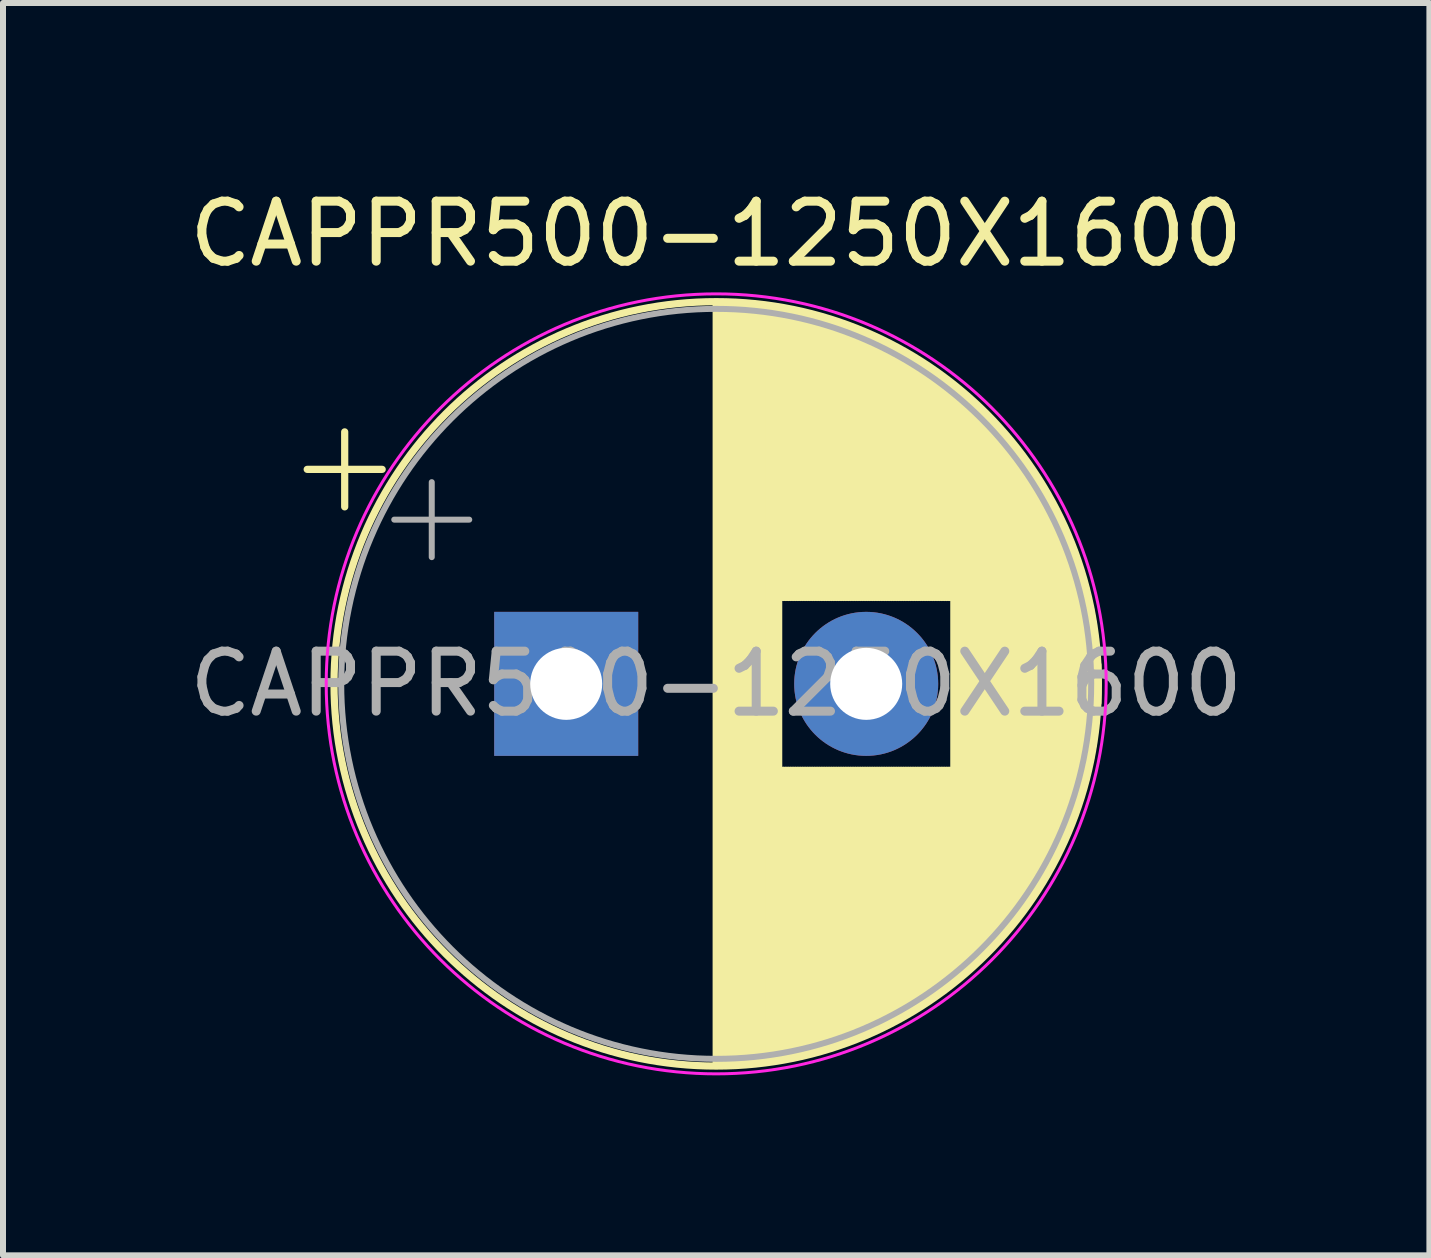
<source format=kicad_pcb>
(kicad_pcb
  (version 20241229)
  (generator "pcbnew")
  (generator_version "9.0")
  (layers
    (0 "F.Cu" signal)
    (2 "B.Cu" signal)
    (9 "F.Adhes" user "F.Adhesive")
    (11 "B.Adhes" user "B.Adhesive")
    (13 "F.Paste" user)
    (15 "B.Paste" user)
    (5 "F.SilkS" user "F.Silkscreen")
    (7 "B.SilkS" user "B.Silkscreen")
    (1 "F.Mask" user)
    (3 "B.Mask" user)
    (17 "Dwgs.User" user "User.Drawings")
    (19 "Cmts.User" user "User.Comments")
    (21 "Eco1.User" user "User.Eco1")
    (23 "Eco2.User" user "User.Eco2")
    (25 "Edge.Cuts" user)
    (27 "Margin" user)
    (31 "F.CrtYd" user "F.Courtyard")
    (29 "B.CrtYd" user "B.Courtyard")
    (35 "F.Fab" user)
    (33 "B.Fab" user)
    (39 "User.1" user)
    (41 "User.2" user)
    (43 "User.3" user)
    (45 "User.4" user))
  (footprint "CAPPR500-1250X1600"
    (layer "F.Cu")
    (at 6.387 8.348)
    (property "Reference" "CAPPR500-1250X1600" (at 2.5 -7.5 0) (layer "F.SilkS") (effects (font (size 1 1) (thickness 0.15))))
    (attr through_hole)
    (fp_line (start -4.317 -3.575) (end -3.067 -3.575) (stroke (width 0.12) (type solid)) (layer "F.SilkS"))
    (fp_line (start -3.692 -4.2) (end -3.692 -2.95) (stroke (width 0.12) (type solid)) (layer "F.SilkS"))
    (fp_line (start 2.5 -6.33) (end 2.5 6.33) (stroke (width 0.12) (type solid)) (layer "F.SilkS"))
    (fp_line (start 2.54 -6.33) (end 2.54 6.33) (stroke (width 0.12) (type solid)) (layer "F.SilkS"))
    (fp_line (start 2.58 -6.33) (end 2.58 6.33) (stroke (width 0.12) (type solid)) (layer "F.SilkS"))
    (fp_line (start 2.62 -6.329) (end 2.62 6.329) (stroke (width 0.12) (type solid)) (layer "F.SilkS"))
    (fp_line (start 2.66 -6.328) (end 2.66 6.328) (stroke (width 0.12) (type solid)) (layer "F.SilkS"))
    (fp_line (start 2.7 -6.327) (end 2.7 6.327) (stroke (width 0.12) (type solid)) (layer "F.SilkS"))
    (fp_line (start 2.74 -6.326) (end 2.74 6.326) (stroke (width 0.12) (type solid)) (layer "F.SilkS"))
    (fp_line (start 2.78 -6.324) (end 2.78 6.324) (stroke (width 0.12) (type solid)) (layer "F.SilkS"))
    (fp_line (start 2.82 -6.322) (end 2.82 6.322) (stroke (width 0.12) (type solid)) (layer "F.SilkS"))
    (fp_line (start 2.86 -6.32) (end 2.86 6.32) (stroke (width 0.12) (type solid)) (layer "F.SilkS"))
    (fp_line (start 2.9 -6.318) (end 2.9 6.318) (stroke (width 0.12) (type solid)) (layer "F.SilkS"))
    (fp_line (start 2.94 -6.315) (end 2.94 6.315) (stroke (width 0.12) (type solid)) (layer "F.SilkS"))
    (fp_line (start 2.98 -6.312) (end 2.98 6.312) (stroke (width 0.12) (type solid)) (layer "F.SilkS"))
    (fp_line (start 3.02 -6.309) (end 3.02 6.309) (stroke (width 0.12) (type solid)) (layer "F.SilkS"))
    (fp_line (start 3.06 -6.306) (end 3.06 6.306) (stroke (width 0.12) (type solid)) (layer "F.SilkS"))
    (fp_line (start 3.1 -6.302) (end 3.1 6.302) (stroke (width 0.12) (type solid)) (layer "F.SilkS"))
    (fp_line (start 3.14 -6.298) (end 3.14 6.298) (stroke (width 0.12) (type solid)) (layer "F.SilkS"))
    (fp_line (start 3.18 -6.294) (end 3.18 6.294) (stroke (width 0.12) (type solid)) (layer "F.SilkS"))
    (fp_line (start 3.221 -6.29) (end 3.221 6.29) (stroke (width 0.12) (type solid)) (layer "F.SilkS"))
    (fp_line (start 3.261 -6.285) (end 3.261 6.285) (stroke (width 0.12) (type solid)) (layer "F.SilkS"))
    (fp_line (start 3.301 -6.28) (end 3.301 6.28) (stroke (width 0.12) (type solid)) (layer "F.SilkS"))
    (fp_line (start 3.341 -6.275) (end 3.341 6.275) (stroke (width 0.12) (type solid)) (layer "F.SilkS"))
    (fp_line (start 3.381 -6.269) (end 3.381 6.269) (stroke (width 0.12) (type solid)) (layer "F.SilkS"))
    (fp_line (start 3.421 -6.264) (end 3.421 6.264) (stroke (width 0.12) (type solid)) (layer "F.SilkS"))
    (fp_line (start 3.461 -6.258) (end 3.461 6.258) (stroke (width 0.12) (type solid)) (layer "F.SilkS"))
    (fp_line (start 3.501 -6.252) (end 3.501 6.252) (stroke (width 0.12) (type solid)) (layer "F.SilkS"))
    (fp_line (start 3.541 -6.245) (end 3.541 6.245) (stroke (width 0.12) (type solid)) (layer "F.SilkS"))
    (fp_line (start 3.581 -6.238) (end 3.581 -1.44) (stroke (width 0.12) (type solid)) (layer "F.SilkS"))
    (fp_line (start 3.581 1.44) (end 3.581 6.238) (stroke (width 0.12) (type solid)) (layer "F.SilkS"))
    (fp_line (start 3.621 -6.231) (end 3.621 -1.44) (stroke (width 0.12) (type solid)) (layer "F.SilkS"))
    (fp_line (start 3.621 1.44) (end 3.621 6.231) (stroke (width 0.12) (type solid)) (layer "F.SilkS"))
    (fp_line (start 3.661 -6.224) (end 3.661 -1.44) (stroke (width 0.12) (type solid)) (layer "F.SilkS"))
    (fp_line (start 3.661 1.44) (end 3.661 6.224) (stroke (width 0.12) (type solid)) (layer "F.SilkS"))
    (fp_line (start 3.701 -6.216) (end 3.701 -1.44) (stroke (width 0.12) (type solid)) (layer "F.SilkS"))
    (fp_line (start 3.701 1.44) (end 3.701 6.216) (stroke (width 0.12) (type solid)) (layer "F.SilkS"))
    (fp_line (start 3.741 -6.209) (end 3.741 -1.44) (stroke (width 0.12) (type solid)) (layer "F.SilkS"))
    (fp_line (start 3.741 1.44) (end 3.741 6.209) (stroke (width 0.12) (type solid)) (layer "F.SilkS"))
    (fp_line (start 3.781 -6.201) (end 3.781 -1.44) (stroke (width 0.12) (type solid)) (layer "F.SilkS"))
    (fp_line (start 3.781 1.44) (end 3.781 6.201) (stroke (width 0.12) (type solid)) (layer "F.SilkS"))
    (fp_line (start 3.821 -6.192) (end 3.821 -1.44) (stroke (width 0.12) (type solid)) (layer "F.SilkS"))
    (fp_line (start 3.821 1.44) (end 3.821 6.192) (stroke (width 0.12) (type solid)) (layer "F.SilkS"))
    (fp_line (start 3.861 -6.184) (end 3.861 -1.44) (stroke (width 0.12) (type solid)) (layer "F.SilkS"))
    (fp_line (start 3.861 1.44) (end 3.861 6.184) (stroke (width 0.12) (type solid)) (layer "F.SilkS"))
    (fp_line (start 3.901 -6.175) (end 3.901 -1.44) (stroke (width 0.12) (type solid)) (layer "F.SilkS"))
    (fp_line (start 3.901 1.44) (end 3.901 6.175) (stroke (width 0.12) (type solid)) (layer "F.SilkS"))
    (fp_line (start 3.941 -6.166) (end 3.941 -1.44) (stroke (width 0.12) (type solid)) (layer "F.SilkS"))
    (fp_line (start 3.941 1.44) (end 3.941 6.166) (stroke (width 0.12) (type solid)) (layer "F.SilkS"))
    (fp_line (start 3.981 -6.156) (end 3.981 -1.44) (stroke (width 0.12) (type solid)) (layer "F.SilkS"))
    (fp_line (start 3.981 1.44) (end 3.981 6.156) (stroke (width 0.12) (type solid)) (layer "F.SilkS"))
    (fp_line (start 4.021 -6.146) (end 4.021 -1.44) (stroke (width 0.12) (type solid)) (layer "F.SilkS"))
    (fp_line (start 4.021 1.44) (end 4.021 6.146) (stroke (width 0.12) (type solid)) (layer "F.SilkS"))
    (fp_line (start 4.061 -6.137) (end 4.061 -1.44) (stroke (width 0.12) (type solid)) (layer "F.SilkS"))
    (fp_line (start 4.061 1.44) (end 4.061 6.137) (stroke (width 0.12) (type solid)) (layer "F.SilkS"))
    (fp_line (start 4.101 -6.126) (end 4.101 -1.44) (stroke (width 0.12) (type solid)) (layer "F.SilkS"))
    (fp_line (start 4.101 1.44) (end 4.101 6.126) (stroke (width 0.12) (type solid)) (layer "F.SilkS"))
    (fp_line (start 4.141 -6.116) (end 4.141 -1.44) (stroke (width 0.12) (type solid)) (layer "F.SilkS"))
    (fp_line (start 4.141 1.44) (end 4.141 6.116) (stroke (width 0.12) (type solid)) (layer "F.SilkS"))
    (fp_line (start 4.181 -6.105) (end 4.181 -1.44) (stroke (width 0.12) (type solid)) (layer "F.SilkS"))
    (fp_line (start 4.181 1.44) (end 4.181 6.105) (stroke (width 0.12) (type solid)) (layer "F.SilkS"))
    (fp_line (start 4.221 -6.094) (end 4.221 -1.44) (stroke (width 0.12) (type solid)) (layer "F.SilkS"))
    (fp_line (start 4.221 1.44) (end 4.221 6.094) (stroke (width 0.12) (type solid)) (layer "F.SilkS"))
    (fp_line (start 4.261 -6.083) (end 4.261 -1.44) (stroke (width 0.12) (type solid)) (layer "F.SilkS"))
    (fp_line (start 4.261 1.44) (end 4.261 6.083) (stroke (width 0.12) (type solid)) (layer "F.SilkS"))
    (fp_line (start 4.301 -6.071) (end 4.301 -1.44) (stroke (width 0.12) (type solid)) (layer "F.SilkS"))
    (fp_line (start 4.301 1.44) (end 4.301 6.071) (stroke (width 0.12) (type solid)) (layer "F.SilkS"))
    (fp_line (start 4.341 -6.059) (end 4.341 -1.44) (stroke (width 0.12) (type solid)) (layer "F.SilkS"))
    (fp_line (start 4.341 1.44) (end 4.341 6.059) (stroke (width 0.12) (type solid)) (layer "F.SilkS"))
    (fp_line (start 4.381 -6.047) (end 4.381 -1.44) (stroke (width 0.12) (type solid)) (layer "F.SilkS"))
    (fp_line (start 4.381 1.44) (end 4.381 6.047) (stroke (width 0.12) (type solid)) (layer "F.SilkS"))
    (fp_line (start 4.421 -6.034) (end 4.421 -1.44) (stroke (width 0.12) (type solid)) (layer "F.SilkS"))
    (fp_line (start 4.421 1.44) (end 4.421 6.034) (stroke (width 0.12) (type solid)) (layer "F.SilkS"))
    (fp_line (start 4.461 -6.021) (end 4.461 -1.44) (stroke (width 0.12) (type solid)) (layer "F.SilkS"))
    (fp_line (start 4.461 1.44) (end 4.461 6.021) (stroke (width 0.12) (type solid)) (layer "F.SilkS"))
    (fp_line (start 4.501 -6.008) (end 4.501 -1.44) (stroke (width 0.12) (type solid)) (layer "F.SilkS"))
    (fp_line (start 4.501 1.44) (end 4.501 6.008) (stroke (width 0.12) (type solid)) (layer "F.SilkS"))
    (fp_line (start 4.541 -5.995) (end 4.541 -1.44) (stroke (width 0.12) (type solid)) (layer "F.SilkS"))
    (fp_line (start 4.541 1.44) (end 4.541 5.995) (stroke (width 0.12) (type solid)) (layer "F.SilkS"))
    (fp_line (start 4.581 -5.981) (end 4.581 -1.44) (stroke (width 0.12) (type solid)) (layer "F.SilkS"))
    (fp_line (start 4.581 1.44) (end 4.581 5.981) (stroke (width 0.12) (type solid)) (layer "F.SilkS"))
    (fp_line (start 4.621 -5.967) (end 4.621 -1.44) (stroke (width 0.12) (type solid)) (layer "F.SilkS"))
    (fp_line (start 4.621 1.44) (end 4.621 5.967) (stroke (width 0.12) (type solid)) (layer "F.SilkS"))
    (fp_line (start 4.661 -5.953) (end 4.661 -1.44) (stroke (width 0.12) (type solid)) (layer "F.SilkS"))
    (fp_line (start 4.661 1.44) (end 4.661 5.953) (stroke (width 0.12) (type solid)) (layer "F.SilkS"))
    (fp_line (start 4.701 -5.939) (end 4.701 -1.44) (stroke (width 0.12) (type solid)) (layer "F.SilkS"))
    (fp_line (start 4.701 1.44) (end 4.701 5.939) (stroke (width 0.12) (type solid)) (layer "F.SilkS"))
    (fp_line (start 4.741 -5.924) (end 4.741 -1.44) (stroke (width 0.12) (type solid)) (layer "F.SilkS"))
    (fp_line (start 4.741 1.44) (end 4.741 5.924) (stroke (width 0.12) (type solid)) (layer "F.SilkS"))
    (fp_line (start 4.781 -5.908) (end 4.781 -1.44) (stroke (width 0.12) (type solid)) (layer "F.SilkS"))
    (fp_line (start 4.781 1.44) (end 4.781 5.908) (stroke (width 0.12) (type solid)) (layer "F.SilkS"))
    (fp_line (start 4.821 -5.893) (end 4.821 -1.44) (stroke (width 0.12) (type solid)) (layer "F.SilkS"))
    (fp_line (start 4.821 1.44) (end 4.821 5.893) (stroke (width 0.12) (type solid)) (layer "F.SilkS"))
    (fp_line (start 4.861 -5.877) (end 4.861 -1.44) (stroke (width 0.12) (type solid)) (layer "F.SilkS"))
    (fp_line (start 4.861 1.44) (end 4.861 5.877) (stroke (width 0.12) (type solid)) (layer "F.SilkS"))
    (fp_line (start 4.901 -5.861) (end 4.901 -1.44) (stroke (width 0.12) (type solid)) (layer "F.SilkS"))
    (fp_line (start 4.901 1.44) (end 4.901 5.861) (stroke (width 0.12) (type solid)) (layer "F.SilkS"))
    (fp_line (start 4.941 -5.845) (end 4.941 -1.44) (stroke (width 0.12) (type solid)) (layer "F.SilkS"))
    (fp_line (start 4.941 1.44) (end 4.941 5.845) (stroke (width 0.12) (type solid)) (layer "F.SilkS"))
    (fp_line (start 4.981 -5.828) (end 4.981 -1.44) (stroke (width 0.12) (type solid)) (layer "F.SilkS"))
    (fp_line (start 4.981 1.44) (end 4.981 5.828) (stroke (width 0.12) (type solid)) (layer "F.SilkS"))
    (fp_line (start 5.021 -5.811) (end 5.021 -1.44) (stroke (width 0.12) (type solid)) (layer "F.SilkS"))
    (fp_line (start 5.021 1.44) (end 5.021 5.811) (stroke (width 0.12) (type solid)) (layer "F.SilkS"))
    (fp_line (start 5.061 -5.793) (end 5.061 -1.44) (stroke (width 0.12) (type solid)) (layer "F.SilkS"))
    (fp_line (start 5.061 1.44) (end 5.061 5.793) (stroke (width 0.12) (type solid)) (layer "F.SilkS"))
    (fp_line (start 5.101 -5.776) (end 5.101 -1.44) (stroke (width 0.12) (type solid)) (layer "F.SilkS"))
    (fp_line (start 5.101 1.44) (end 5.101 5.776) (stroke (width 0.12) (type solid)) (layer "F.SilkS"))
    (fp_line (start 5.141 -5.758) (end 5.141 -1.44) (stroke (width 0.12) (type solid)) (layer "F.SilkS"))
    (fp_line (start 5.141 1.44) (end 5.141 5.758) (stroke (width 0.12) (type solid)) (layer "F.SilkS"))
    (fp_line (start 5.181 -5.739) (end 5.181 -1.44) (stroke (width 0.12) (type solid)) (layer "F.SilkS"))
    (fp_line (start 5.181 1.44) (end 5.181 5.739) (stroke (width 0.12) (type solid)) (layer "F.SilkS"))
    (fp_line (start 5.221 -5.721) (end 5.221 -1.44) (stroke (width 0.12) (type solid)) (layer "F.SilkS"))
    (fp_line (start 5.221 1.44) (end 5.221 5.721) (stroke (width 0.12) (type solid)) (layer "F.SilkS"))
    (fp_line (start 5.261 -5.702) (end 5.261 -1.44) (stroke (width 0.12) (type solid)) (layer "F.SilkS"))
    (fp_line (start 5.261 1.44) (end 5.261 5.702) (stroke (width 0.12) (type solid)) (layer "F.SilkS"))
    (fp_line (start 5.301 -5.682) (end 5.301 -1.44) (stroke (width 0.12) (type solid)) (layer "F.SilkS"))
    (fp_line (start 5.301 1.44) (end 5.301 5.682) (stroke (width 0.12) (type solid)) (layer "F.SilkS"))
    (fp_line (start 5.341 -5.662) (end 5.341 -1.44) (stroke (width 0.12) (type solid)) (layer "F.SilkS"))
    (fp_line (start 5.341 1.44) (end 5.341 5.662) (stroke (width 0.12) (type solid)) (layer "F.SilkS"))
    (fp_line (start 5.381 -5.642) (end 5.381 -1.44) (stroke (width 0.12) (type solid)) (layer "F.SilkS"))
    (fp_line (start 5.381 1.44) (end 5.381 5.642) (stroke (width 0.12) (type solid)) (layer "F.SilkS"))
    (fp_line (start 5.421 -5.622) (end 5.421 -1.44) (stroke (width 0.12) (type solid)) (layer "F.SilkS"))
    (fp_line (start 5.421 1.44) (end 5.421 5.622) (stroke (width 0.12) (type solid)) (layer "F.SilkS"))
    (fp_line (start 5.461 -5.601) (end 5.461 -1.44) (stroke (width 0.12) (type solid)) (layer "F.SilkS"))
    (fp_line (start 5.461 1.44) (end 5.461 5.601) (stroke (width 0.12) (type solid)) (layer "F.SilkS"))
    (fp_line (start 5.501 -5.58) (end 5.501 -1.44) (stroke (width 0.12) (type solid)) (layer "F.SilkS"))
    (fp_line (start 5.501 1.44) (end 5.501 5.58) (stroke (width 0.12) (type solid)) (layer "F.SilkS"))
    (fp_line (start 5.541 -5.558) (end 5.541 -1.44) (stroke (width 0.12) (type solid)) (layer "F.SilkS"))
    (fp_line (start 5.541 1.44) (end 5.541 5.558) (stroke (width 0.12) (type solid)) (layer "F.SilkS"))
    (fp_line (start 5.581 -5.536) (end 5.581 -1.44) (stroke (width 0.12) (type solid)) (layer "F.SilkS"))
    (fp_line (start 5.581 1.44) (end 5.581 5.536) (stroke (width 0.12) (type solid)) (layer "F.SilkS"))
    (fp_line (start 5.621 -5.514) (end 5.621 -1.44) (stroke (width 0.12) (type solid)) (layer "F.SilkS"))
    (fp_line (start 5.621 1.44) (end 5.621 5.514) (stroke (width 0.12) (type solid)) (layer "F.SilkS"))
    (fp_line (start 5.661 -5.491) (end 5.661 -1.44) (stroke (width 0.12) (type solid)) (layer "F.SilkS"))
    (fp_line (start 5.661 1.44) (end 5.661 5.491) (stroke (width 0.12) (type solid)) (layer "F.SilkS"))
    (fp_line (start 5.701 -5.468) (end 5.701 -1.44) (stroke (width 0.12) (type solid)) (layer "F.SilkS"))
    (fp_line (start 5.701 1.44) (end 5.701 5.468) (stroke (width 0.12) (type solid)) (layer "F.SilkS"))
    (fp_line (start 5.741 -5.445) (end 5.741 -1.44) (stroke (width 0.12) (type solid)) (layer "F.SilkS"))
    (fp_line (start 5.741 1.44) (end 5.741 5.445) (stroke (width 0.12) (type solid)) (layer "F.SilkS"))
    (fp_line (start 5.781 -5.421) (end 5.781 -1.44) (stroke (width 0.12) (type solid)) (layer "F.SilkS"))
    (fp_line (start 5.781 1.44) (end 5.781 5.421) (stroke (width 0.12) (type solid)) (layer "F.SilkS"))
    (fp_line (start 5.821 -5.397) (end 5.821 -1.44) (stroke (width 0.12) (type solid)) (layer "F.SilkS"))
    (fp_line (start 5.821 1.44) (end 5.821 5.397) (stroke (width 0.12) (type solid)) (layer "F.SilkS"))
    (fp_line (start 5.861 -5.372) (end 5.861 -1.44) (stroke (width 0.12) (type solid)) (layer "F.SilkS"))
    (fp_line (start 5.861 1.44) (end 5.861 5.372) (stroke (width 0.12) (type solid)) (layer "F.SilkS"))
    (fp_line (start 5.901 -5.347) (end 5.901 -1.44) (stroke (width 0.12) (type solid)) (layer "F.SilkS"))
    (fp_line (start 5.901 1.44) (end 5.901 5.347) (stroke (width 0.12) (type solid)) (layer "F.SilkS"))
    (fp_line (start 5.941 -5.322) (end 5.941 -1.44) (stroke (width 0.12) (type solid)) (layer "F.SilkS"))
    (fp_line (start 5.941 1.44) (end 5.941 5.322) (stroke (width 0.12) (type solid)) (layer "F.SilkS"))
    (fp_line (start 5.981 -5.296) (end 5.981 -1.44) (stroke (width 0.12) (type solid)) (layer "F.SilkS"))
    (fp_line (start 5.981 1.44) (end 5.981 5.296) (stroke (width 0.12) (type solid)) (layer "F.SilkS"))
    (fp_line (start 6.021 -5.27) (end 6.021 -1.44) (stroke (width 0.12) (type solid)) (layer "F.SilkS"))
    (fp_line (start 6.021 1.44) (end 6.021 5.27) (stroke (width 0.12) (type solid)) (layer "F.SilkS"))
    (fp_line (start 6.061 -5.243) (end 6.061 -1.44) (stroke (width 0.12) (type solid)) (layer "F.SilkS"))
    (fp_line (start 6.061 1.44) (end 6.061 5.243) (stroke (width 0.12) (type solid)) (layer "F.SilkS"))
    (fp_line (start 6.101 -5.216) (end 6.101 -1.44) (stroke (width 0.12) (type solid)) (layer "F.SilkS"))
    (fp_line (start 6.101 1.44) (end 6.101 5.216) (stroke (width 0.12) (type solid)) (layer "F.SilkS"))
    (fp_line (start 6.141 -5.188) (end 6.141 -1.44) (stroke (width 0.12) (type solid)) (layer "F.SilkS"))
    (fp_line (start 6.141 1.44) (end 6.141 5.188) (stroke (width 0.12) (type solid)) (layer "F.SilkS"))
    (fp_line (start 6.181 -5.16) (end 6.181 -1.44) (stroke (width 0.12) (type solid)) (layer "F.SilkS"))
    (fp_line (start 6.181 1.44) (end 6.181 5.16) (stroke (width 0.12) (type solid)) (layer "F.SilkS"))
    (fp_line (start 6.221 -5.131) (end 6.221 -1.44) (stroke (width 0.12) (type solid)) (layer "F.SilkS"))
    (fp_line (start 6.221 1.44) (end 6.221 5.131) (stroke (width 0.12) (type solid)) (layer "F.SilkS"))
    (fp_line (start 6.261 -5.102) (end 6.261 -1.44) (stroke (width 0.12) (type solid)) (layer "F.SilkS"))
    (fp_line (start 6.261 1.44) (end 6.261 5.102) (stroke (width 0.12) (type solid)) (layer "F.SilkS"))
    (fp_line (start 6.301 -5.073) (end 6.301 -1.44) (stroke (width 0.12) (type solid)) (layer "F.SilkS"))
    (fp_line (start 6.301 1.44) (end 6.301 5.073) (stroke (width 0.12) (type solid)) (layer "F.SilkS"))
    (fp_line (start 6.341 -5.043) (end 6.341 -1.44) (stroke (width 0.12) (type solid)) (layer "F.SilkS"))
    (fp_line (start 6.341 1.44) (end 6.341 5.043) (stroke (width 0.12) (type solid)) (layer "F.SilkS"))
    (fp_line (start 6.381 -5.012) (end 6.381 -1.44) (stroke (width 0.12) (type solid)) (layer "F.SilkS"))
    (fp_line (start 6.381 1.44) (end 6.381 5.012) (stroke (width 0.12) (type solid)) (layer "F.SilkS"))
    (fp_line (start 6.421 -4.982) (end 6.421 -1.44) (stroke (width 0.12) (type solid)) (layer "F.SilkS"))
    (fp_line (start 6.421 1.44) (end 6.421 4.982) (stroke (width 0.12) (type solid)) (layer "F.SilkS"))
    (fp_line (start 6.461 -4.95) (end 6.461 4.95) (stroke (width 0.12) (type solid)) (layer "F.SilkS"))
    (fp_line (start 6.501 -4.918) (end 6.501 4.918) (stroke (width 0.12) (type solid)) (layer "F.SilkS"))
    (fp_line (start 6.541 -4.885) (end 6.541 4.885) (stroke (width 0.12) (type solid)) (layer "F.SilkS"))
    (fp_line (start 6.581 -4.852) (end 6.581 4.852) (stroke (width 0.12) (type solid)) (layer "F.SilkS"))
    (fp_line (start 6.621 -4.819) (end 6.621 4.819) (stroke (width 0.12) (type solid)) (layer "F.SilkS"))
    (fp_line (start 6.661 -4.785) (end 6.661 4.785) (stroke (width 0.12) (type solid)) (layer "F.SilkS"))
    (fp_line (start 6.701 -4.75) (end 6.701 4.75) (stroke (width 0.12) (type solid)) (layer "F.SilkS"))
    (fp_line (start 6.741 -4.714) (end 6.741 4.714) (stroke (width 0.12) (type solid)) (layer "F.SilkS"))
    (fp_line (start 6.781 -4.678) (end 6.781 4.678) (stroke (width 0.12) (type solid)) (layer "F.SilkS"))
    (fp_line (start 6.821 -4.642) (end 6.821 4.642) (stroke (width 0.12) (type solid)) (layer "F.SilkS"))
    (fp_line (start 6.861 -4.605) (end 6.861 4.605) (stroke (width 0.12) (type solid)) (layer "F.SilkS"))
    (fp_line (start 6.901 -4.567) (end 6.901 4.567) (stroke (width 0.12) (type solid)) (layer "F.SilkS"))
    (fp_line (start 6.941 -4.528) (end 6.941 4.528) (stroke (width 0.12) (type solid)) (layer "F.SilkS"))
    (fp_line (start 6.981 -4.489) (end 6.981 4.489) (stroke (width 0.12) (type solid)) (layer "F.SilkS"))
    (fp_line (start 7.021 -4.449) (end 7.021 4.449) (stroke (width 0.12) (type solid)) (layer "F.SilkS"))
    (fp_line (start 7.061 -4.408) (end 7.061 4.408) (stroke (width 0.12) (type solid)) (layer "F.SilkS"))
    (fp_line (start 7.101 -4.367) (end 7.101 4.367) (stroke (width 0.12) (type solid)) (layer "F.SilkS"))
    (fp_line (start 7.141 -4.325) (end 7.141 4.325) (stroke (width 0.12) (type solid)) (layer "F.SilkS"))
    (fp_line (start 7.181 -4.282) (end 7.181 4.282) (stroke (width 0.12) (type solid)) (layer "F.SilkS"))
    (fp_line (start 7.221 -4.238) (end 7.221 4.238) (stroke (width 0.12) (type solid)) (layer "F.SilkS"))
    (fp_line (start 7.261 -4.194) (end 7.261 4.194) (stroke (width 0.12) (type solid)) (layer "F.SilkS"))
    (fp_line (start 7.301 -4.148) (end 7.301 4.148) (stroke (width 0.12) (type solid)) (layer "F.SilkS"))
    (fp_line (start 7.341 -4.102) (end 7.341 4.102) (stroke (width 0.12) (type solid)) (layer "F.SilkS"))
    (fp_line (start 7.381 -4.055) (end 7.381 4.055) (stroke (width 0.12) (type solid)) (layer "F.SilkS"))
    (fp_line (start 7.421 -4.007) (end 7.421 4.007) (stroke (width 0.12) (type solid)) (layer "F.SilkS"))
    (fp_line (start 7.461 -3.957) (end 7.461 3.957) (stroke (width 0.12) (type solid)) (layer "F.SilkS"))
    (fp_line (start 7.501 -3.907) (end 7.501 3.907) (stroke (width 0.12) (type solid)) (layer "F.SilkS"))
    (fp_line (start 7.541 -3.856) (end 7.541 3.856) (stroke (width 0.12) (type solid)) (layer "F.SilkS"))
    (fp_line (start 7.581 -3.804) (end 7.581 3.804) (stroke (width 0.12) (type solid)) (layer "F.SilkS"))
    (fp_line (start 7.621 -3.75) (end 7.621 3.75) (stroke (width 0.12) (type solid)) (layer "F.SilkS"))
    (fp_line (start 7.661 -3.696) (end 7.661 3.696) (stroke (width 0.12) (type solid)) (layer "F.SilkS"))
    (fp_line (start 7.701 -3.64) (end 7.701 3.64) (stroke (width 0.12) (type solid)) (layer "F.SilkS"))
    (fp_line (start 7.741 -3.583) (end 7.741 3.583) (stroke (width 0.12) (type solid)) (layer "F.SilkS"))
    (fp_line (start 7.781 -3.524) (end 7.781 3.524) (stroke (width 0.12) (type solid)) (layer "F.SilkS"))
    (fp_line (start 7.821 -3.464) (end 7.821 3.464) (stroke (width 0.12) (type solid)) (layer "F.SilkS"))
    (fp_line (start 7.861 -3.402) (end 7.861 3.402) (stroke (width 0.12) (type solid)) (layer "F.SilkS"))
    (fp_line (start 7.901 -3.339) (end 7.901 3.339) (stroke (width 0.12) (type solid)) (layer "F.SilkS"))
    (fp_line (start 7.941 -3.275) (end 7.941 3.275) (stroke (width 0.12) (type solid)) (layer "F.SilkS"))
    (fp_line (start 7.981 -3.208) (end 7.981 3.208) (stroke (width 0.12) (type solid)) (layer "F.SilkS"))
    (fp_line (start 8.021 -3.14) (end 8.021 3.14) (stroke (width 0.12) (type solid)) (layer "F.SilkS"))
    (fp_line (start 8.061 -3.069) (end 8.061 3.069) (stroke (width 0.12) (type solid)) (layer "F.SilkS"))
    (fp_line (start 8.101 -2.996) (end 8.101 2.996) (stroke (width 0.12) (type solid)) (layer "F.SilkS"))
    (fp_line (start 8.141 -2.921) (end 8.141 2.921) (stroke (width 0.12) (type solid)) (layer "F.SilkS"))
    (fp_line (start 8.181 -2.844) (end 8.181 2.844) (stroke (width 0.12) (type solid)) (layer "F.SilkS"))
    (fp_line (start 8.221 -2.764) (end 8.221 2.764) (stroke (width 0.12) (type solid)) (layer "F.SilkS"))
    (fp_line (start 8.261 -2.681) (end 8.261 2.681) (stroke (width 0.12) (type solid)) (layer "F.SilkS"))
    (fp_line (start 8.301 -2.594) (end 8.301 2.594) (stroke (width 0.12) (type solid)) (layer "F.SilkS"))
    (fp_line (start 8.341 -2.504) (end 8.341 2.504) (stroke (width 0.12) (type solid)) (layer "F.SilkS"))
    (fp_line (start 8.381 -2.41) (end 8.381 2.41) (stroke (width 0.12) (type solid)) (layer "F.SilkS"))
    (fp_line (start 8.421 -2.312) (end 8.421 2.312) (stroke (width 0.12) (type solid)) (layer "F.SilkS"))
    (fp_line (start 8.461 -2.209) (end 8.461 2.209) (stroke (width 0.12) (type solid)) (layer "F.SilkS"))
    (fp_line (start 8.501 -2.1) (end 8.501 2.1) (stroke (width 0.12) (type solid)) (layer "F.SilkS"))
    (fp_line (start 8.541 -1.984) (end 8.541 1.984) (stroke (width 0.12) (type solid)) (layer "F.SilkS"))
    (fp_line (start 8.581 -1.861) (end 8.581 1.861) (stroke (width 0.12) (type solid)) (layer "F.SilkS"))
    (fp_line (start 8.621 -1.728) (end 8.621 1.728) (stroke (width 0.12) (type solid)) (layer "F.SilkS"))
    (fp_line (start 8.661 -1.583) (end 8.661 1.583) (stroke (width 0.12) (type solid)) (layer "F.SilkS"))
    (fp_line (start 8.701 -1.422) (end 8.701 1.422) (stroke (width 0.12) (type solid)) (layer "F.SilkS"))
    (fp_line (start 8.741 -1.241) (end 8.741 1.241) (stroke (width 0.12) (type solid)) (layer "F.SilkS"))
    (fp_line (start 8.781 -1.028) (end 8.781 1.028) (stroke (width 0.12) (type solid)) (layer "F.SilkS"))
    (fp_line (start 8.821 -0.757) (end 8.821 0.757) (stroke (width 0.12) (type solid)) (layer "F.SilkS"))
    (fp_line (start 8.861 -0.317) (end 8.861 0.317) (stroke (width 0.12) (type solid)) (layer "F.SilkS"))
    (fp_circle (center 2.5 0) (end 8.87 0) (stroke (width 0.12) (type solid)) (fill no) (layer "F.SilkS"))
    (fp_circle (center 2.5 0) (end 9 0) (stroke (width 0.05) (type solid)) (fill no) (layer "F.CrtYd"))
    (fp_line (start -2.866 -2.737) (end -1.616 -2.737) (stroke (width 0.1) (type solid)) (layer "F.Fab"))
    (fp_line (start -2.241 -3.362) (end -2.241 -2.112) (stroke (width 0.1) (type solid)) (layer "F.Fab"))
    (fp_circle (center 2.5 0) (end 8.75 0) (stroke (width 0.1) (type solid)) (fill no) (layer "F.Fab"))
    (fp_text user "${REFERENCE}" (at 2.5 0 0) (layer "F.Fab") (effects (font (size 1 1) (thickness 0.15))))
    (pad "1" thru_hole rect (at 0 0) (size 2.4 2.4) (drill 1.2) (layers "*.Cu" "*.Mask"))
    (pad "2" thru_hole circle (at 5 0) (size 2.4 2.4) (drill 1.2) (layers "*.Cu" "*.Mask")))
  (gr_rect
    (start -3 -3)
    (end 20.774 17.873)
    (stroke (width 0.1) (type default))
    (fill no)
    (layer "Edge.Cuts")))
</source>
